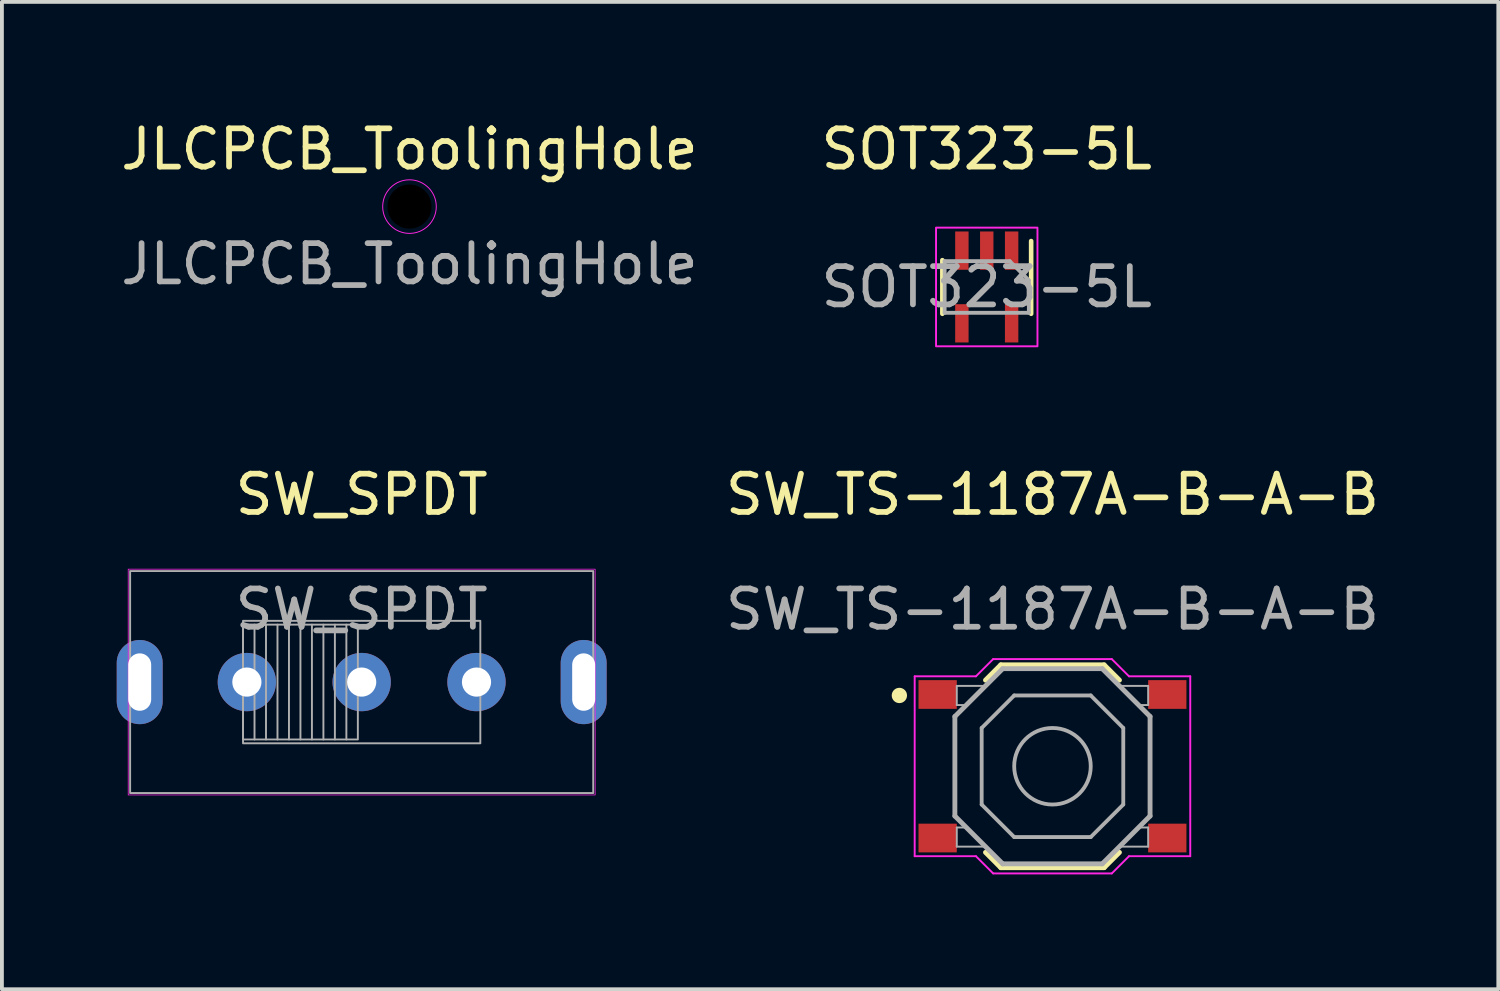
<source format=kicad_pcb>
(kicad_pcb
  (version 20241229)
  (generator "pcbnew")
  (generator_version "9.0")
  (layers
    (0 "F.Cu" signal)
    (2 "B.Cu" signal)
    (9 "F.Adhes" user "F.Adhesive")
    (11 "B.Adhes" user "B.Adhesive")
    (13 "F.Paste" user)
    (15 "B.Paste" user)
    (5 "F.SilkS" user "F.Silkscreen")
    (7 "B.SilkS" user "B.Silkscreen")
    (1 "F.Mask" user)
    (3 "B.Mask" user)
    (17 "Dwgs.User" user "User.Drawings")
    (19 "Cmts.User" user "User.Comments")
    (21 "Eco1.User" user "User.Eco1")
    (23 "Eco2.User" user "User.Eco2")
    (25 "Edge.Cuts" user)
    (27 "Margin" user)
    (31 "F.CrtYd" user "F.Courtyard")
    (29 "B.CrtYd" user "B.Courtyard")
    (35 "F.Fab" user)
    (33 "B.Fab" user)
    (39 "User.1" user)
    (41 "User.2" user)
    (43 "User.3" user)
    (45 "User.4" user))
  (footprint "JLCPCB_ToolingHole"
    (layer "F.Cu")
    (at 7.649 2.348)
    (property "Reference" "JLCPCB_ToolingHole" (at 0 -1.5 0) (unlocked yes) (layer "F.SilkS") (effects (font (size 1 1) (thickness 0.15))))
    (attr through_hole)
    (fp_circle (center 0 0) (end 0.7 0) (stroke (width 0.025) (type solid)) (fill no) (layer "F.CrtYd"))
    (fp_text user "${REFERENCE}" (at 0 1.5 0) (unlocked yes) (layer "F.Fab") (effects (font (size 1 1) (thickness 0.15))))
    (pad "" np_thru_hole circle (at 0 0) (size 1.3 1.3) (drill 1.152) (layers "*.Mask")))
  (footprint "SOT323-5L"
    (layer "F.Cu")
    (at 22.732 4.448)
    (property "Reference" "SOT323-5L" (at 0 -3.6 0) (unlocked yes) (layer "F.SilkS") (effects (font (size 1 1) (thickness 0.15))))
    (attr smd)
    (fp_line (start -1.16 -0.7) (end -1.16 0.7) (stroke (width 0.12) (type solid)) (layer "F.SilkS"))
    (fp_line (start 1.16 0.7) (end 1.16 -1.2) (stroke (width 0.12) (type solid)) (layer "F.SilkS"))
    (fp_rect (start -1.325 -1.55) (end 1.325 1.55) (stroke (width 0.05) (type solid)) (fill no) (layer "F.CrtYd"))
    (fp_line (start -1.1 0.675) (end -1.1 -0.675) (stroke (width 0.1) (type solid)) (layer "F.Fab"))
    (fp_line (start 0.6 -0.675) (end -1.1 -0.675) (stroke (width 0.1) (type solid)) (layer "F.Fab"))
    (fp_line (start 1.1 -0.175) (end 0.6 -0.675) (stroke (width 0.1) (type solid)) (layer "F.Fab"))
    (fp_line (start 1.1 0.675) (end -1.1 0.675) (stroke (width 0.1) (type solid)) (layer "F.Fab"))
    (fp_line (start 1.1 0.675) (end 1.1 -0.175) (stroke (width 0.1) (type solid)) (layer "F.Fab"))
    (fp_text user "${REFERENCE}" (at 0 0 0) (unlocked yes) (layer "F.Fab") (effects (font (size 1 1) (thickness 0.15))))
    (pad "1" smd rect (at 0.65 -0.95) (size 0.35 1) (layers "F.Cu" "F.Mask" "F.Paste"))
    (pad "2" smd rect (at 0 -0.95) (size 0.35 1) (layers "F.Cu" "F.Mask" "F.Paste"))
    (pad "3" smd rect (at -0.65 -0.95) (size 0.35 1) (layers "F.Cu" "F.Mask" "F.Paste"))
    (pad "4" smd rect (at -0.65 0.95) (size 0.35 1) (layers "F.Cu" "F.Mask" "F.Paste"))
    (pad "5" smd rect (at 0.65 0.95) (size 0.35 1) (layers "F.Cu" "F.Mask" "F.Paste")))
  (footprint "SW_SPDT"
    (layer "F.Cu")
    (at 6.4 14.771)
    (property "Reference" "SW_SPDT" (at 0 -4.9 0) (unlocked yes) (layer "F.SilkS") (effects (font (size 1 1) (thickness 0.15))))
    (attr through_hole)
    (fp_rect (start -6.1 -2.95) (end 6.1 2.95) (stroke (width 0.02) (type solid)) (fill no) (layer "F.CrtYd"))
    (fp_line (start -2.8 -1.5) (end -2.8 1.5) (stroke (width 0.05) (type solid)) (layer "F.Fab"))
    (fp_line (start -2.5 -1.5) (end -2.5 1.5) (stroke (width 0.05) (type solid)) (layer "F.Fab"))
    (fp_line (start -2.2 -1.5) (end -2.2 1.5) (stroke (width 0.05) (type solid)) (layer "F.Fab"))
    (fp_line (start -1.9 -1.5) (end -1.9 1.5) (stroke (width 0.05) (type solid)) (layer "F.Fab"))
    (fp_line (start -1.6 -1.5) (end -1.6 1.5) (stroke (width 0.05) (type solid)) (layer "F.Fab"))
    (fp_line (start -1.3 -1.5) (end -1.3 1.5) (stroke (width 0.05) (type solid)) (layer "F.Fab"))
    (fp_line (start -1 -1.5) (end -1 1.5) (stroke (width 0.05) (type solid)) (layer "F.Fab"))
    (fp_line (start -0.7 -1.5) (end -0.7 1.5) (stroke (width 0.05) (type solid)) (layer "F.Fab"))
    (fp_line (start -0.4 -1.5) (end -0.4 1.5) (stroke (width 0.05) (type solid)) (layer "F.Fab"))
    (fp_rect (start -6.05 -2.9) (end 6.05 2.9) (stroke (width 0.05) (type solid)) (fill no) (layer "F.Fab"))
    (fp_rect (start -3.1 -1.6) (end 3.1 1.6) (stroke (width 0.05) (type solid)) (fill no) (layer "F.Fab"))
    (fp_rect (start -0.1 -1.5) (end -3.1 1.5) (stroke (width 0.05) (type solid)) (fill no) (layer "F.Fab"))
    (fp_text user "${REFERENCE}" (at 0 -1.9 0) (unlocked yes) (layer "F.Fab") (effects (font (size 1 1) (thickness 0.15))))
    (pad "" thru_hole oval (at -5.8 0) (size 1.2 2.2) (drill oval 0.6 1.5) (layers "*.Cu" "*.Mask"))
    (pad "" thru_hole oval (at 5.8 0) (size 1.2 2.2) (drill oval 0.6 1.5) (layers "*.Cu" "*.Mask"))
    (pad "1" thru_hole circle (at -3 0) (size 1.524 1.524) (drill 0.762) (layers "*.Cu" "*.Mask"))
    (pad "2" thru_hole circle (at 0 0) (size 1.524 1.524) (drill 0.762) (layers "*.Cu" "*.Mask"))
    (pad "3" thru_hole circle (at 3 0) (size 1.524 1.524) (drill 0.762) (layers "*.Cu" "*.Mask")))
  (footprint "SW_TS-1187A-B-A-B"
    (layer "F.Cu")
    (at 24.449 16.971)
    (property "Reference" "SW_TS-1187A-B-A-B" (at 0 -7.1 0) (unlocked yes) (layer "F.SilkS") (effects (font (size 1 1) (thickness 0.15))))
    (attr smd)
    (fp_line (start -1.75 -2.25) (end -1.35 -2.65) (stroke (width 0.127) (type solid)) (layer "F.SilkS"))
    (fp_line (start -1.75 2.25) (end -1.35 2.65) (stroke (width 0.127) (type solid)) (layer "F.SilkS"))
    (fp_line (start -1.35 -2.65) (end 1.35 -2.65) (stroke (width 0.127) (type solid)) (layer "F.SilkS"))
    (fp_line (start -1.35 2.65) (end 1.35 2.65) (stroke (width 0.127) (type solid)) (layer "F.SilkS"))
    (fp_line (start 1.75 -2.25) (end 1.35 -2.65) (stroke (width 0.127) (type solid)) (layer "F.SilkS"))
    (fp_line (start 1.75 2.25) (end 1.35 2.65) (stroke (width 0.127) (type solid)) (layer "F.SilkS"))
    (fp_circle (center -4 -1.85) (end -3.85 -1.85) (stroke (width 0.1) (type solid)) (fill yes) (layer "F.SilkS"))
    (fp_line (start -3.6 2.35) (end -3.6 -2.35) (stroke (width 0.05) (type solid)) (layer "F.CrtYd"))
    (fp_line (start -2 -2.35) (end -3.6 -2.35) (stroke (width 0.05) (type solid)) (layer "F.CrtYd"))
    (fp_line (start -2 2.35) (end -3.6 2.35) (stroke (width 0.05) (type solid)) (layer "F.CrtYd"))
    (fp_line (start -1.55 -2.8) (end -2 -2.35) (stroke (width 0.05) (type solid)) (layer "F.CrtYd"))
    (fp_line (start -1.55 -2.8) (end 1.55 -2.8) (stroke (width 0.05) (type solid)) (layer "F.CrtYd"))
    (fp_line (start -1.55 2.8) (end -2 2.35) (stroke (width 0.05) (type solid)) (layer "F.CrtYd"))
    (fp_line (start 1.55 -2.8) (end 2 -2.35) (stroke (width 0.05) (type solid)) (layer "F.CrtYd"))
    (fp_line (start 1.55 2.8) (end -1.55 2.8) (stroke (width 0.05) (type solid)) (layer "F.CrtYd"))
    (fp_line (start 1.55 2.8) (end 2 2.35) (stroke (width 0.05) (type solid)) (layer "F.CrtYd"))
    (fp_line (start 2 -2.35) (end 3.6 -2.35) (stroke (width 0.05) (type solid)) (layer "F.CrtYd"))
    (fp_line (start 2 2.35) (end 3.6 2.35) (stroke (width 0.05) (type solid)) (layer "F.CrtYd"))
    (fp_line (start 3.6 -2.35) (end 3.6 2.35) (stroke (width 0.05) (type solid)) (layer "F.CrtYd"))
    (fp_line (start -2.55 -1.3) (end -1.3 -2.55) (stroke (width 0.127) (type solid)) (layer "F.Fab"))
    (fp_line (start -2.55 1.3) (end -2.55 -1.3) (stroke (width 0.127) (type solid)) (layer "F.Fab"))
    (fp_line (start -2.5 -1.6) (end -2.5 -2.1) (stroke (width 0.05) (type solid)) (layer "F.Fab"))
    (fp_line (start -2.5 1.6) (end -2.5 2.1) (stroke (width 0.05) (type solid)) (layer "F.Fab"))
    (fp_line (start -2.25 -1.6) (end -2.5 -1.6) (stroke (width 0.05) (type solid)) (layer "F.Fab"))
    (fp_line (start -2.25 1.6) (end -2.5 1.6) (stroke (width 0.05) (type solid)) (layer "F.Fab"))
    (fp_line (start -1.85 -1) (end -1.85 1) (stroke (width 0.1) (type solid)) (layer "F.Fab"))
    (fp_line (start -1.75 -2.1) (end -2.5 -2.1) (stroke (width 0.05) (type solid)) (layer "F.Fab"))
    (fp_line (start -1.75 2.1) (end -2.5 2.1) (stroke (width 0.05) (type solid)) (layer "F.Fab"))
    (fp_line (start -1.3 -2.55) (end 1.3 -2.55) (stroke (width 0.127) (type solid)) (layer "F.Fab"))
    (fp_line (start -1.3 2.55) (end -2.55 1.3) (stroke (width 0.127) (type solid)) (layer "F.Fab"))
    (fp_line (start -1 -1.85) (end -1.85 -1) (stroke (width 0.1) (type solid)) (layer "F.Fab"))
    (fp_line (start -1 -1.85) (end 1 -1.85) (stroke (width 0.1) (type solid)) (layer "F.Fab"))
    (fp_line (start -1 1.85) (end -1.85 1) (stroke (width 0.1) (type solid)) (layer "F.Fab"))
    (fp_line (start -1 1.85) (end 1 1.85) (stroke (width 0.1) (type solid)) (layer "F.Fab"))
    (fp_line (start 1 -1.85) (end 1.85 -1) (stroke (width 0.1) (type solid)) (layer "F.Fab"))
    (fp_line (start 1 1.85) (end 1.85 1) (stroke (width 0.1) (type solid)) (layer "F.Fab"))
    (fp_line (start 1.3 -2.55) (end 2.55 -1.3) (stroke (width 0.127) (type solid)) (layer "F.Fab"))
    (fp_line (start 1.3 2.55) (end -1.3 2.55) (stroke (width 0.127) (type solid)) (layer "F.Fab"))
    (fp_line (start 1.75 -2.1) (end 2.5 -2.1) (stroke (width 0.05) (type solid)) (layer "F.Fab"))
    (fp_line (start 1.75 2.1) (end 2.5 2.1) (stroke (width 0.05) (type solid)) (layer "F.Fab"))
    (fp_line (start 1.85 -1) (end 1.85 1) (stroke (width 0.1) (type solid)) (layer "F.Fab"))
    (fp_line (start 2.25 -1.6) (end 2.5 -1.6) (stroke (width 0.05) (type solid)) (layer "F.Fab"))
    (fp_line (start 2.25 1.6) (end 2.5 1.6) (stroke (width 0.05) (type solid)) (layer "F.Fab"))
    (fp_line (start 2.5 -1.6) (end 2.5 -2.1) (stroke (width 0.05) (type solid)) (layer "F.Fab"))
    (fp_line (start 2.5 1.6) (end 2.5 2.1) (stroke (width 0.05) (type solid)) (layer "F.Fab"))
    (fp_line (start 2.55 -1.3) (end 2.55 1.3) (stroke (width 0.127) (type solid)) (layer "F.Fab"))
    (fp_line (start 2.55 1.3) (end 1.3 2.55) (stroke (width 0.127) (type solid)) (layer "F.Fab"))
    (fp_circle (center 0 0) (end 1 0) (stroke (width 0.1) (type solid)) (fill no) (layer "F.Fab"))
    (fp_text user "${REFERENCE}" (at 0 -4.1 0) (unlocked yes) (layer "F.Fab") (effects (font (size 1 1) (thickness 0.15))))
    (pad "1" smd rect (at -3 -1.875) (size 1 0.75) (layers "F.Cu" "F.Mask" "F.Paste"))
    (pad "2" smd rect (at 3 -1.875) (size 1 0.75) (layers "F.Cu" "F.Mask" "F.Paste"))
    (pad "3" smd rect (at -3 1.875) (size 1 0.75) (layers "F.Cu" "F.Mask" "F.Paste"))
    (pad "4" smd rect (at 3 1.875) (size 1 0.75) (layers "F.Cu" "F.Mask" "F.Paste")))
  (gr_rect
    (start -3 -3)
    (end 36.098 22.797)
    (stroke (width 0.1) (type default))
    (fill no)
    (layer "Edge.Cuts")))
</source>
